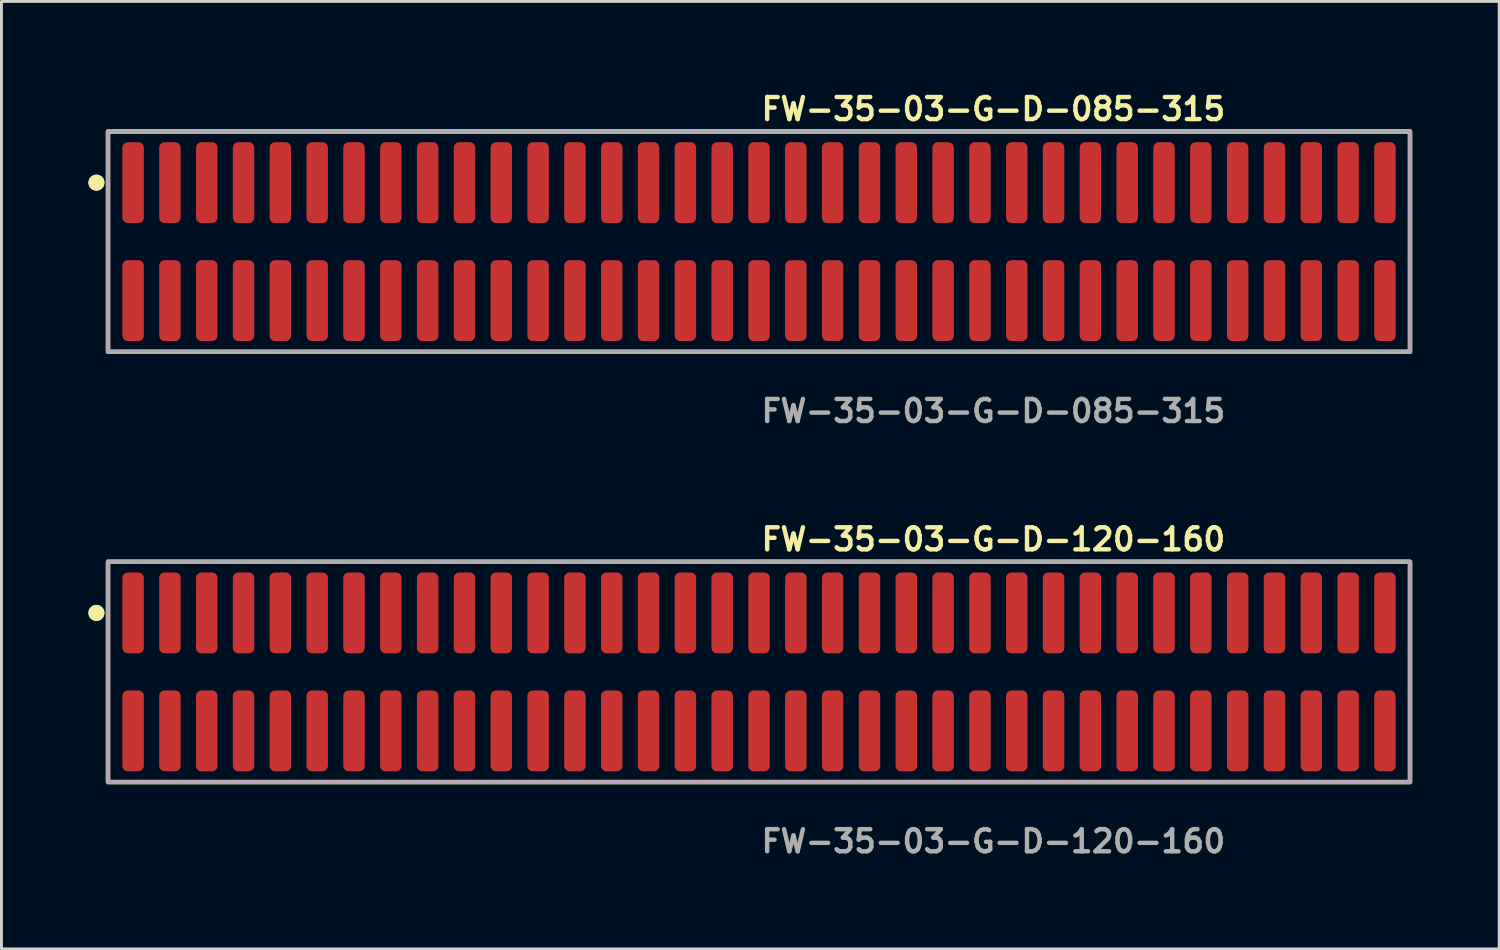
<source format=kicad_pcb>
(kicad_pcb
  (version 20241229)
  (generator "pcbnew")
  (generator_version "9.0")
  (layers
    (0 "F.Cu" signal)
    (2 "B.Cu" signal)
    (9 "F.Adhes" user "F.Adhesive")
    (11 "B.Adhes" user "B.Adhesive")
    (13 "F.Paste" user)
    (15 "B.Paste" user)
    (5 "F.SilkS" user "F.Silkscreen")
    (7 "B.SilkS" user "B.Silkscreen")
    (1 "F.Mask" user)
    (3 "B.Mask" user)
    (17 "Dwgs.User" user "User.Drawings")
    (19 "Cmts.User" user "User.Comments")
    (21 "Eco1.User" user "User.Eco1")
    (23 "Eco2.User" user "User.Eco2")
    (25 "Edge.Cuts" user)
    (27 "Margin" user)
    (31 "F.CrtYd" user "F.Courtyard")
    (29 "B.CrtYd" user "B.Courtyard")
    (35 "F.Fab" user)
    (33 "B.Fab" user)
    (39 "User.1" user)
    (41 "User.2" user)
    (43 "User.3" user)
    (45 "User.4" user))
  (footprint "FW-35-03-G-D-120-160"
    (layer "F.Cu")
    (at 23.131 20.126)
    (property "Reference" "FW-35-03-G-D-120-160" (at 0 -4.572 0) (unlocked yes) (layer "F.SilkS") (effects (font (size 0.762 0.762) (thickness 0.152)) (justify left)))
    (fp_rect (start -22.455 3.8) (end 22.455 -3.8) (stroke (width 0.152) (type solid)) (fill no) (layer "F.SilkS"))
    (fp_circle (center -22.855 -2.035) (end -23.055 -2.035) (stroke (width 0.152) (type solid)) (fill yes) (layer "F.SilkS"))
    (fp_circle (center -22.855 -2.035) (end -23.055 -2.035) (stroke (width 0.152) (type solid)) (fill yes) (layer "F.SilkS"))
    (fp_rect (start -22.455 3.8) (end 22.455 -3.8) (stroke (width 0.006) (type solid)) (fill no) (layer "F.CrtYd"))
    (fp_rect (start -22.455 3.8) (end 22.455 -3.8) (stroke (width 0.152) (type solid)) (fill no) (layer "F.Fab"))
    (fp_text user "${REFERENCE}" (at 0 5.842 0) (unlocked yes) (layer "F.Fab") (effects (font (size 0.762 0.762) (thickness 0.152)) (justify left)))
    (pad "1" smd roundrect (at -21.59 -2.035) (size 0.74 2.79) (layers "F.Cu" "F.Paste") (roundrect_rratio 0.25))
    (pad "2" smd roundrect (at -21.59 2.035) (size 0.74 2.79) (layers "F.Cu" "F.Paste") (roundrect_rratio 0.25))
    (pad "3" smd roundrect (at -20.32 -2.035) (size 0.74 2.79) (layers "F.Cu" "F.Paste") (roundrect_rratio 0.25))
    (pad "4" smd roundrect (at -20.32 2.035) (size 0.74 2.79) (layers "F.Cu" "F.Paste") (roundrect_rratio 0.25))
    (pad "5" smd roundrect (at -19.05 -2.035) (size 0.74 2.79) (layers "F.Cu" "F.Paste") (roundrect_rratio 0.25))
    (pad "6" smd roundrect (at -19.05 2.035) (size 0.74 2.79) (layers "F.Cu" "F.Paste") (roundrect_rratio 0.25))
    (pad "7" smd roundrect (at -17.78 -2.035) (size 0.74 2.79) (layers "F.Cu" "F.Paste") (roundrect_rratio 0.25))
    (pad "8" smd roundrect (at -17.78 2.035) (size 0.74 2.79) (layers "F.Cu" "F.Paste") (roundrect_rratio 0.25))
    (pad "9" smd roundrect (at -16.51 -2.035) (size 0.74 2.79) (layers "F.Cu" "F.Paste") (roundrect_rratio 0.25))
    (pad "10" smd roundrect (at -16.51 2.035) (size 0.74 2.79) (layers "F.Cu" "F.Paste") (roundrect_rratio 0.25))
    (pad "11" smd roundrect (at -15.24 -2.035) (size 0.74 2.79) (layers "F.Cu" "F.Paste") (roundrect_rratio 0.25))
    (pad "12" smd roundrect (at -15.24 2.035) (size 0.74 2.79) (layers "F.Cu" "F.Paste") (roundrect_rratio 0.25))
    (pad "13" smd roundrect (at -13.97 -2.035) (size 0.74 2.79) (layers "F.Cu" "F.Paste") (roundrect_rratio 0.25))
    (pad "14" smd roundrect (at -13.97 2.035) (size 0.74 2.79) (layers "F.Cu" "F.Paste") (roundrect_rratio 0.25))
    (pad "15" smd roundrect (at -12.7 -2.035) (size 0.74 2.79) (layers "F.Cu" "F.Paste") (roundrect_rratio 0.25))
    (pad "16" smd roundrect (at -12.7 2.035) (size 0.74 2.79) (layers "F.Cu" "F.Paste") (roundrect_rratio 0.25))
    (pad "17" smd roundrect (at -11.43 -2.035) (size 0.74 2.79) (layers "F.Cu" "F.Paste") (roundrect_rratio 0.25))
    (pad "18" smd roundrect (at -11.43 2.035) (size 0.74 2.79) (layers "F.Cu" "F.Paste") (roundrect_rratio 0.25))
    (pad "19" smd roundrect (at -10.16 -2.035) (size 0.74 2.79) (layers "F.Cu" "F.Paste") (roundrect_rratio 0.25))
    (pad "20" smd roundrect (at -10.16 2.035) (size 0.74 2.79) (layers "F.Cu" "F.Paste") (roundrect_rratio 0.25))
    (pad "21" smd roundrect (at -8.89 -2.035) (size 0.74 2.79) (layers "F.Cu" "F.Paste") (roundrect_rratio 0.25))
    (pad "22" smd roundrect (at -8.89 2.035) (size 0.74 2.79) (layers "F.Cu" "F.Paste") (roundrect_rratio 0.25))
    (pad "23" smd roundrect (at -7.62 -2.035) (size 0.74 2.79) (layers "F.Cu" "F.Paste") (roundrect_rratio 0.25))
    (pad "24" smd roundrect (at -7.62 2.035) (size 0.74 2.79) (layers "F.Cu" "F.Paste") (roundrect_rratio 0.25))
    (pad "25" smd roundrect (at -6.35 -2.035) (size 0.74 2.79) (layers "F.Cu" "F.Paste") (roundrect_rratio 0.25))
    (pad "26" smd roundrect (at -6.35 2.035) (size 0.74 2.79) (layers "F.Cu" "F.Paste") (roundrect_rratio 0.25))
    (pad "27" smd roundrect (at -5.08 -2.035) (size 0.74 2.79) (layers "F.Cu" "F.Paste") (roundrect_rratio 0.25))
    (pad "28" smd roundrect (at -5.08 2.035) (size 0.74 2.79) (layers "F.Cu" "F.Paste") (roundrect_rratio 0.25))
    (pad "29" smd roundrect (at -3.81 -2.035) (size 0.74 2.79) (layers "F.Cu" "F.Paste") (roundrect_rratio 0.25))
    (pad "30" smd roundrect (at -3.81 2.035) (size 0.74 2.79) (layers "F.Cu" "F.Paste") (roundrect_rratio 0.25))
    (pad "31" smd roundrect (at -2.54 -2.035) (size 0.74 2.79) (layers "F.Cu" "F.Paste") (roundrect_rratio 0.25))
    (pad "32" smd roundrect (at -2.54 2.035) (size 0.74 2.79) (layers "F.Cu" "F.Paste") (roundrect_rratio 0.25))
    (pad "33" smd roundrect (at -1.27 -2.035) (size 0.74 2.79) (layers "F.Cu" "F.Paste") (roundrect_rratio 0.25))
    (pad "34" smd roundrect (at -1.27 2.035) (size 0.74 2.79) (layers "F.Cu" "F.Paste") (roundrect_rratio 0.25))
    (pad "35" smd roundrect (at 0 -2.035) (size 0.74 2.79) (layers "F.Cu" "F.Paste") (roundrect_rratio 0.25))
    (pad "36" smd roundrect (at 0 2.035) (size 0.74 2.79) (layers "F.Cu" "F.Paste") (roundrect_rratio 0.25))
    (pad "37" smd roundrect (at 1.27 -2.035) (size 0.74 2.79) (layers "F.Cu" "F.Paste") (roundrect_rratio 0.25))
    (pad "38" smd roundrect (at 1.27 2.035) (size 0.74 2.79) (layers "F.Cu" "F.Paste") (roundrect_rratio 0.25))
    (pad "39" smd roundrect (at 2.54 -2.035) (size 0.74 2.79) (layers "F.Cu" "F.Paste") (roundrect_rratio 0.25))
    (pad "40" smd roundrect (at 2.54 2.035) (size 0.74 2.79) (layers "F.Cu" "F.Paste") (roundrect_rratio 0.25))
    (pad "41" smd roundrect (at 3.81 -2.035) (size 0.74 2.79) (layers "F.Cu" "F.Paste") (roundrect_rratio 0.25))
    (pad "42" smd roundrect (at 3.81 2.035) (size 0.74 2.79) (layers "F.Cu" "F.Paste") (roundrect_rratio 0.25))
    (pad "43" smd roundrect (at 5.08 -2.035) (size 0.74 2.79) (layers "F.Cu" "F.Paste") (roundrect_rratio 0.25))
    (pad "44" smd roundrect (at 5.08 2.035) (size 0.74 2.79) (layers "F.Cu" "F.Paste") (roundrect_rratio 0.25))
    (pad "45" smd roundrect (at 6.35 -2.035) (size 0.74 2.79) (layers "F.Cu" "F.Paste") (roundrect_rratio 0.25))
    (pad "46" smd roundrect (at 6.35 2.035) (size 0.74 2.79) (layers "F.Cu" "F.Paste") (roundrect_rratio 0.25))
    (pad "47" smd roundrect (at 7.62 -2.035) (size 0.74 2.79) (layers "F.Cu" "F.Paste") (roundrect_rratio 0.25))
    (pad "48" smd roundrect (at 7.62 2.035) (size 0.74 2.79) (layers "F.Cu" "F.Paste") (roundrect_rratio 0.25))
    (pad "49" smd roundrect (at 8.89 -2.035) (size 0.74 2.79) (layers "F.Cu" "F.Paste") (roundrect_rratio 0.25))
    (pad "50" smd roundrect (at 8.89 2.035) (size 0.74 2.79) (layers "F.Cu" "F.Paste") (roundrect_rratio 0.25))
    (pad "51" smd roundrect (at 10.16 -2.035) (size 0.74 2.79) (layers "F.Cu" "F.Paste") (roundrect_rratio 0.25))
    (pad "52" smd roundrect (at 10.16 2.035) (size 0.74 2.79) (layers "F.Cu" "F.Paste") (roundrect_rratio 0.25))
    (pad "53" smd roundrect (at 11.43 -2.035) (size 0.74 2.79) (layers "F.Cu" "F.Paste") (roundrect_rratio 0.25))
    (pad "54" smd roundrect (at 11.43 2.035) (size 0.74 2.79) (layers "F.Cu" "F.Paste") (roundrect_rratio 0.25))
    (pad "55" smd roundrect (at 12.7 -2.035) (size 0.74 2.79) (layers "F.Cu" "F.Paste") (roundrect_rratio 0.25))
    (pad "56" smd roundrect (at 12.7 2.035) (size 0.74 2.79) (layers "F.Cu" "F.Paste") (roundrect_rratio 0.25))
    (pad "57" smd roundrect (at 13.97 -2.035) (size 0.74 2.79) (layers "F.Cu" "F.Paste") (roundrect_rratio 0.25))
    (pad "58" smd roundrect (at 13.97 2.035) (size 0.74 2.79) (layers "F.Cu" "F.Paste") (roundrect_rratio 0.25))
    (pad "59" smd roundrect (at 15.24 -2.035) (size 0.74 2.79) (layers "F.Cu" "F.Paste") (roundrect_rratio 0.25))
    (pad "60" smd roundrect (at 15.24 2.035) (size 0.74 2.79) (layers "F.Cu" "F.Paste") (roundrect_rratio 0.25))
    (pad "61" smd roundrect (at 16.51 -2.035) (size 0.74 2.79) (layers "F.Cu" "F.Paste") (roundrect_rratio 0.25))
    (pad "62" smd roundrect (at 16.51 2.035) (size 0.74 2.79) (layers "F.Cu" "F.Paste") (roundrect_rratio 0.25))
    (pad "63" smd roundrect (at 17.78 -2.035) (size 0.74 2.79) (layers "F.Cu" "F.Paste") (roundrect_rratio 0.25))
    (pad "64" smd roundrect (at 17.78 2.035) (size 0.74 2.79) (layers "F.Cu" "F.Paste") (roundrect_rratio 0.25))
    (pad "65" smd roundrect (at 19.05 -2.035) (size 0.74 2.79) (layers "F.Cu" "F.Paste") (roundrect_rratio 0.25))
    (pad "66" smd roundrect (at 19.05 2.035) (size 0.74 2.79) (layers "F.Cu" "F.Paste") (roundrect_rratio 0.25))
    (pad "67" smd roundrect (at 20.32 -2.035) (size 0.74 2.79) (layers "F.Cu" "F.Paste") (roundrect_rratio 0.25))
    (pad "68" smd roundrect (at 20.32 2.035) (size 0.74 2.79) (layers "F.Cu" "F.Paste") (roundrect_rratio 0.25))
    (pad "69" smd roundrect (at 21.59 -2.035) (size 0.74 2.79) (layers "F.Cu" "F.Paste") (roundrect_rratio 0.25))
    (pad "70" smd roundrect (at 21.59 2.035) (size 0.74 2.79) (layers "F.Cu" "F.Paste") (roundrect_rratio 0.25)))
  (footprint "FW-35-03-G-D-085-315"
    (layer "F.Cu")
    (at 23.131 5.285)
    (property "Reference" "FW-35-03-G-D-085-315" (at 0 -4.572 0) (unlocked yes) (layer "F.SilkS") (effects (font (size 0.762 0.762) (thickness 0.152)) (justify left)))
    (fp_rect (start -22.455 3.8) (end 22.455 -3.8) (stroke (width 0.152) (type solid)) (fill no) (layer "F.SilkS"))
    (fp_circle (center -22.855 -2.035) (end -23.055 -2.035) (stroke (width 0.152) (type solid)) (fill yes) (layer "F.SilkS"))
    (fp_circle (center -22.855 -2.035) (end -23.055 -2.035) (stroke (width 0.152) (type solid)) (fill yes) (layer "F.SilkS"))
    (fp_rect (start -22.455 3.8) (end 22.455 -3.8) (stroke (width 0.006) (type solid)) (fill no) (layer "F.CrtYd"))
    (fp_rect (start -22.455 3.8) (end 22.455 -3.8) (stroke (width 0.152) (type solid)) (fill no) (layer "F.Fab"))
    (fp_text user "${REFERENCE}" (at 0 5.842 0) (unlocked yes) (layer "F.Fab") (effects (font (size 0.762 0.762) (thickness 0.152)) (justify left)))
    (pad "1" smd roundrect (at -21.59 -2.035) (size 0.74 2.79) (layers "F.Cu" "F.Paste") (roundrect_rratio 0.25))
    (pad "2" smd roundrect (at -21.59 2.035) (size 0.74 2.79) (layers "F.Cu" "F.Paste") (roundrect_rratio 0.25))
    (pad "3" smd roundrect (at -20.32 -2.035) (size 0.74 2.79) (layers "F.Cu" "F.Paste") (roundrect_rratio 0.25))
    (pad "4" smd roundrect (at -20.32 2.035) (size 0.74 2.79) (layers "F.Cu" "F.Paste") (roundrect_rratio 0.25))
    (pad "5" smd roundrect (at -19.05 -2.035) (size 0.74 2.79) (layers "F.Cu" "F.Paste") (roundrect_rratio 0.25))
    (pad "6" smd roundrect (at -19.05 2.035) (size 0.74 2.79) (layers "F.Cu" "F.Paste") (roundrect_rratio 0.25))
    (pad "7" smd roundrect (at -17.78 -2.035) (size 0.74 2.79) (layers "F.Cu" "F.Paste") (roundrect_rratio 0.25))
    (pad "8" smd roundrect (at -17.78 2.035) (size 0.74 2.79) (layers "F.Cu" "F.Paste") (roundrect_rratio 0.25))
    (pad "9" smd roundrect (at -16.51 -2.035) (size 0.74 2.79) (layers "F.Cu" "F.Paste") (roundrect_rratio 0.25))
    (pad "10" smd roundrect (at -16.51 2.035) (size 0.74 2.79) (layers "F.Cu" "F.Paste") (roundrect_rratio 0.25))
    (pad "11" smd roundrect (at -15.24 -2.035) (size 0.74 2.79) (layers "F.Cu" "F.Paste") (roundrect_rratio 0.25))
    (pad "12" smd roundrect (at -15.24 2.035) (size 0.74 2.79) (layers "F.Cu" "F.Paste") (roundrect_rratio 0.25))
    (pad "13" smd roundrect (at -13.97 -2.035) (size 0.74 2.79) (layers "F.Cu" "F.Paste") (roundrect_rratio 0.25))
    (pad "14" smd roundrect (at -13.97 2.035) (size 0.74 2.79) (layers "F.Cu" "F.Paste") (roundrect_rratio 0.25))
    (pad "15" smd roundrect (at -12.7 -2.035) (size 0.74 2.79) (layers "F.Cu" "F.Paste") (roundrect_rratio 0.25))
    (pad "16" smd roundrect (at -12.7 2.035) (size 0.74 2.79) (layers "F.Cu" "F.Paste") (roundrect_rratio 0.25))
    (pad "17" smd roundrect (at -11.43 -2.035) (size 0.74 2.79) (layers "F.Cu" "F.Paste") (roundrect_rratio 0.25))
    (pad "18" smd roundrect (at -11.43 2.035) (size 0.74 2.79) (layers "F.Cu" "F.Paste") (roundrect_rratio 0.25))
    (pad "19" smd roundrect (at -10.16 -2.035) (size 0.74 2.79) (layers "F.Cu" "F.Paste") (roundrect_rratio 0.25))
    (pad "20" smd roundrect (at -10.16 2.035) (size 0.74 2.79) (layers "F.Cu" "F.Paste") (roundrect_rratio 0.25))
    (pad "21" smd roundrect (at -8.89 -2.035) (size 0.74 2.79) (layers "F.Cu" "F.Paste") (roundrect_rratio 0.25))
    (pad "22" smd roundrect (at -8.89 2.035) (size 0.74 2.79) (layers "F.Cu" "F.Paste") (roundrect_rratio 0.25))
    (pad "23" smd roundrect (at -7.62 -2.035) (size 0.74 2.79) (layers "F.Cu" "F.Paste") (roundrect_rratio 0.25))
    (pad "24" smd roundrect (at -7.62 2.035) (size 0.74 2.79) (layers "F.Cu" "F.Paste") (roundrect_rratio 0.25))
    (pad "25" smd roundrect (at -6.35 -2.035) (size 0.74 2.79) (layers "F.Cu" "F.Paste") (roundrect_rratio 0.25))
    (pad "26" smd roundrect (at -6.35 2.035) (size 0.74 2.79) (layers "F.Cu" "F.Paste") (roundrect_rratio 0.25))
    (pad "27" smd roundrect (at -5.08 -2.035) (size 0.74 2.79) (layers "F.Cu" "F.Paste") (roundrect_rratio 0.25))
    (pad "28" smd roundrect (at -5.08 2.035) (size 0.74 2.79) (layers "F.Cu" "F.Paste") (roundrect_rratio 0.25))
    (pad "29" smd roundrect (at -3.81 -2.035) (size 0.74 2.79) (layers "F.Cu" "F.Paste") (roundrect_rratio 0.25))
    (pad "30" smd roundrect (at -3.81 2.035) (size 0.74 2.79) (layers "F.Cu" "F.Paste") (roundrect_rratio 0.25))
    (pad "31" smd roundrect (at -2.54 -2.035) (size 0.74 2.79) (layers "F.Cu" "F.Paste") (roundrect_rratio 0.25))
    (pad "32" smd roundrect (at -2.54 2.035) (size 0.74 2.79) (layers "F.Cu" "F.Paste") (roundrect_rratio 0.25))
    (pad "33" smd roundrect (at -1.27 -2.035) (size 0.74 2.79) (layers "F.Cu" "F.Paste") (roundrect_rratio 0.25))
    (pad "34" smd roundrect (at -1.27 2.035) (size 0.74 2.79) (layers "F.Cu" "F.Paste") (roundrect_rratio 0.25))
    (pad "35" smd roundrect (at 0 -2.035) (size 0.74 2.79) (layers "F.Cu" "F.Paste") (roundrect_rratio 0.25))
    (pad "36" smd roundrect (at 0 2.035) (size 0.74 2.79) (layers "F.Cu" "F.Paste") (roundrect_rratio 0.25))
    (pad "37" smd roundrect (at 1.27 -2.035) (size 0.74 2.79) (layers "F.Cu" "F.Paste") (roundrect_rratio 0.25))
    (pad "38" smd roundrect (at 1.27 2.035) (size 0.74 2.79) (layers "F.Cu" "F.Paste") (roundrect_rratio 0.25))
    (pad "39" smd roundrect (at 2.54 -2.035) (size 0.74 2.79) (layers "F.Cu" "F.Paste") (roundrect_rratio 0.25))
    (pad "40" smd roundrect (at 2.54 2.035) (size 0.74 2.79) (layers "F.Cu" "F.Paste") (roundrect_rratio 0.25))
    (pad "41" smd roundrect (at 3.81 -2.035) (size 0.74 2.79) (layers "F.Cu" "F.Paste") (roundrect_rratio 0.25))
    (pad "42" smd roundrect (at 3.81 2.035) (size 0.74 2.79) (layers "F.Cu" "F.Paste") (roundrect_rratio 0.25))
    (pad "43" smd roundrect (at 5.08 -2.035) (size 0.74 2.79) (layers "F.Cu" "F.Paste") (roundrect_rratio 0.25))
    (pad "44" smd roundrect (at 5.08 2.035) (size 0.74 2.79) (layers "F.Cu" "F.Paste") (roundrect_rratio 0.25))
    (pad "45" smd roundrect (at 6.35 -2.035) (size 0.74 2.79) (layers "F.Cu" "F.Paste") (roundrect_rratio 0.25))
    (pad "46" smd roundrect (at 6.35 2.035) (size 0.74 2.79) (layers "F.Cu" "F.Paste") (roundrect_rratio 0.25))
    (pad "47" smd roundrect (at 7.62 -2.035) (size 0.74 2.79) (layers "F.Cu" "F.Paste") (roundrect_rratio 0.25))
    (pad "48" smd roundrect (at 7.62 2.035) (size 0.74 2.79) (layers "F.Cu" "F.Paste") (roundrect_rratio 0.25))
    (pad "49" smd roundrect (at 8.89 -2.035) (size 0.74 2.79) (layers "F.Cu" "F.Paste") (roundrect_rratio 0.25))
    (pad "50" smd roundrect (at 8.89 2.035) (size 0.74 2.79) (layers "F.Cu" "F.Paste") (roundrect_rratio 0.25))
    (pad "51" smd roundrect (at 10.16 -2.035) (size 0.74 2.79) (layers "F.Cu" "F.Paste") (roundrect_rratio 0.25))
    (pad "52" smd roundrect (at 10.16 2.035) (size 0.74 2.79) (layers "F.Cu" "F.Paste") (roundrect_rratio 0.25))
    (pad "53" smd roundrect (at 11.43 -2.035) (size 0.74 2.79) (layers "F.Cu" "F.Paste") (roundrect_rratio 0.25))
    (pad "54" smd roundrect (at 11.43 2.035) (size 0.74 2.79) (layers "F.Cu" "F.Paste") (roundrect_rratio 0.25))
    (pad "55" smd roundrect (at 12.7 -2.035) (size 0.74 2.79) (layers "F.Cu" "F.Paste") (roundrect_rratio 0.25))
    (pad "56" smd roundrect (at 12.7 2.035) (size 0.74 2.79) (layers "F.Cu" "F.Paste") (roundrect_rratio 0.25))
    (pad "57" smd roundrect (at 13.97 -2.035) (size 0.74 2.79) (layers "F.Cu" "F.Paste") (roundrect_rratio 0.25))
    (pad "58" smd roundrect (at 13.97 2.035) (size 0.74 2.79) (layers "F.Cu" "F.Paste") (roundrect_rratio 0.25))
    (pad "59" smd roundrect (at 15.24 -2.035) (size 0.74 2.79) (layers "F.Cu" "F.Paste") (roundrect_rratio 0.25))
    (pad "60" smd roundrect (at 15.24 2.035) (size 0.74 2.79) (layers "F.Cu" "F.Paste") (roundrect_rratio 0.25))
    (pad "61" smd roundrect (at 16.51 -2.035) (size 0.74 2.79) (layers "F.Cu" "F.Paste") (roundrect_rratio 0.25))
    (pad "62" smd roundrect (at 16.51 2.035) (size 0.74 2.79) (layers "F.Cu" "F.Paste") (roundrect_rratio 0.25))
    (pad "63" smd roundrect (at 17.78 -2.035) (size 0.74 2.79) (layers "F.Cu" "F.Paste") (roundrect_rratio 0.25))
    (pad "64" smd roundrect (at 17.78 2.035) (size 0.74 2.79) (layers "F.Cu" "F.Paste") (roundrect_rratio 0.25))
    (pad "65" smd roundrect (at 19.05 -2.035) (size 0.74 2.79) (layers "F.Cu" "F.Paste") (roundrect_rratio 0.25))
    (pad "66" smd roundrect (at 19.05 2.035) (size 0.74 2.79) (layers "F.Cu" "F.Paste") (roundrect_rratio 0.25))
    (pad "67" smd roundrect (at 20.32 -2.035) (size 0.74 2.79) (layers "F.Cu" "F.Paste") (roundrect_rratio 0.25))
    (pad "68" smd roundrect (at 20.32 2.035) (size 0.74 2.79) (layers "F.Cu" "F.Paste") (roundrect_rratio 0.25))
    (pad "69" smd roundrect (at 21.59 -2.035) (size 0.74 2.79) (layers "F.Cu" "F.Paste") (roundrect_rratio 0.25))
    (pad "70" smd roundrect (at 21.59 2.035) (size 0.74 2.79) (layers "F.Cu" "F.Paste") (roundrect_rratio 0.25)))
  (gr_rect
    (start -3 -3)
    (end 48.662 29.681)
    (stroke (width 0.1) (type default))
    (fill no)
    (layer "Edge.Cuts")))
</source>
